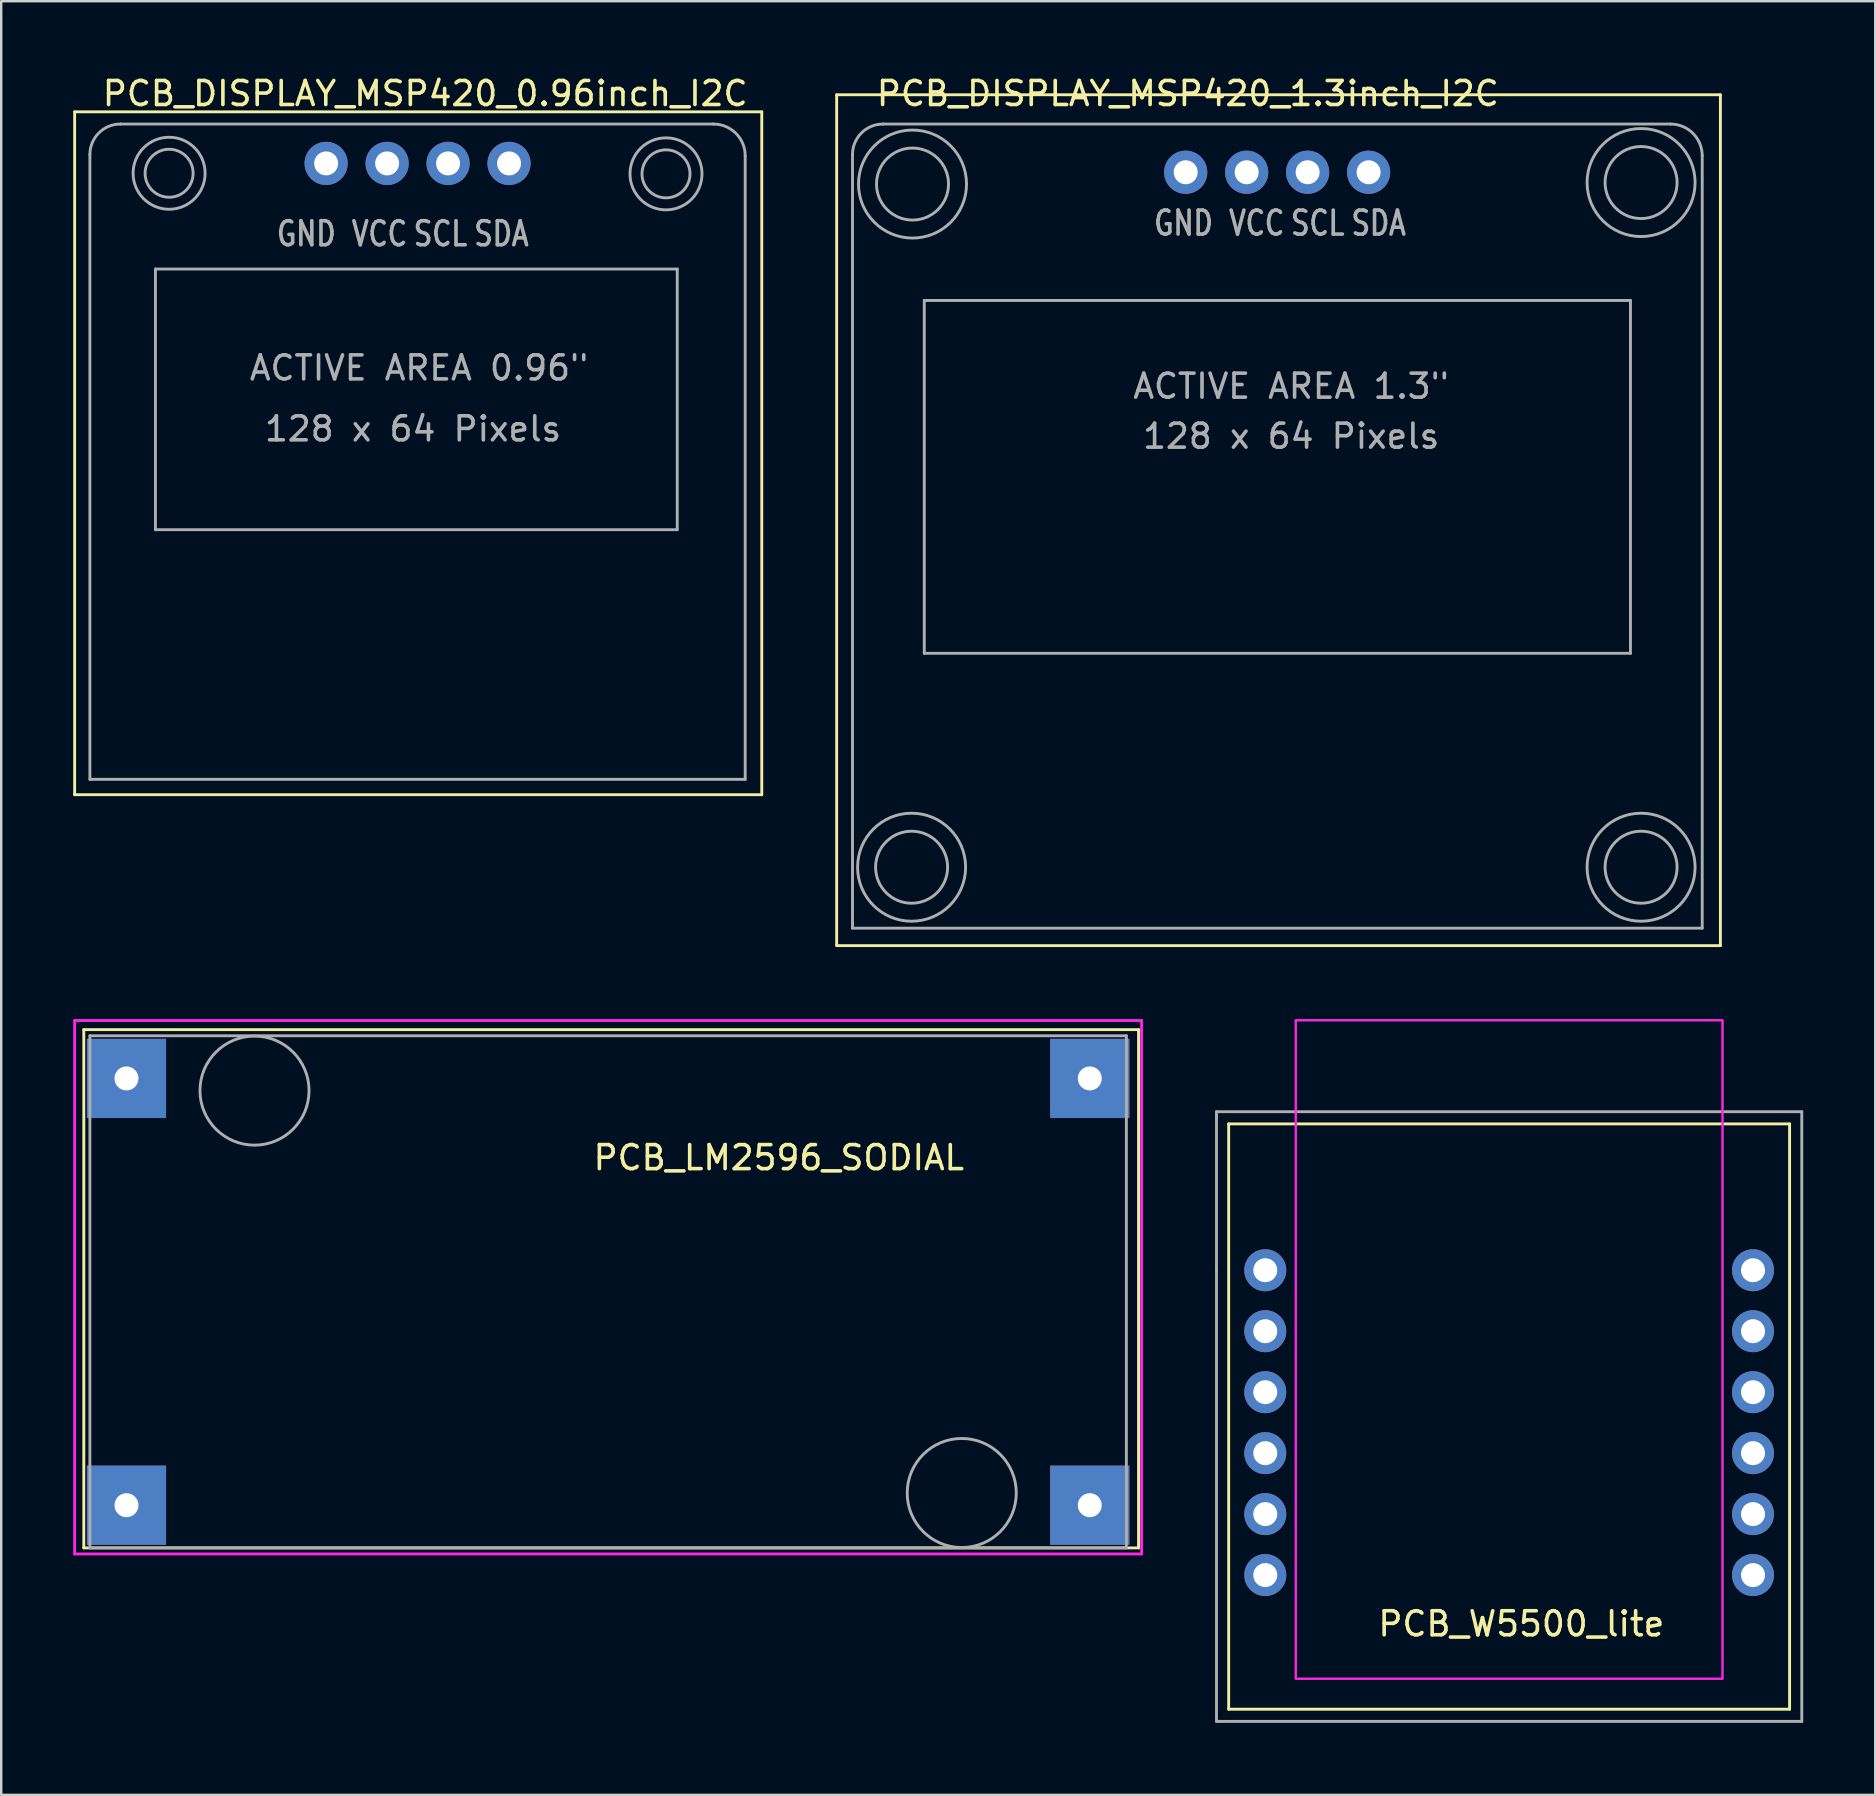
<source format=kicad_pcb>
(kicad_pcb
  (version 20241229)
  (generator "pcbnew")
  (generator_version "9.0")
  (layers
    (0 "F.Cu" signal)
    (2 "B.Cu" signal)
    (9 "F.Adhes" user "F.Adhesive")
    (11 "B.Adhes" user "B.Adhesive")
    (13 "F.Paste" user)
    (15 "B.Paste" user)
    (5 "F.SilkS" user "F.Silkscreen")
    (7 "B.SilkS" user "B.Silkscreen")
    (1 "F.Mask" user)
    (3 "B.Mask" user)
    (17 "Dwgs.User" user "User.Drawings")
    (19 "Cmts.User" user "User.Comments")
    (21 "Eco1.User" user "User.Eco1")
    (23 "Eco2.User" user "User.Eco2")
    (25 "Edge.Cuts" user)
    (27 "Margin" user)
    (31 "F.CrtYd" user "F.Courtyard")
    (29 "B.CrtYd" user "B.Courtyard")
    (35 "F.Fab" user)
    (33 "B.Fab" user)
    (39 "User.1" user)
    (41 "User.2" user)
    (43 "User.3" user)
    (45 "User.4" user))
  (footprint "PCB_LM2596_SODIAL"
    (layer "F.Cu")
    (at 0.695 40.1)
    (property "Reference" "PCB_LM2596_SODIAL" (at 28.702 5.08 0) (layer "F.SilkS") (effects (font (size 1 1) (thickness 0.15))))
    (attr through_hole)
    (fp_line (start -0.254 -0.254) (end 43.688 -0.254) (stroke (width 0.12) (type solid)) (layer "F.SilkS"))
    (fp_line (start -0.254 21.336) (end -0.254 -0.254) (stroke (width 0.12) (type solid)) (layer "F.SilkS"))
    (fp_line (start 43.688 -0.254) (end 43.688 21.336) (stroke (width 0.12) (type solid)) (layer "F.SilkS"))
    (fp_line (start 43.688 21.336) (end -0.254 21.336) (stroke (width 0.12) (type solid)) (layer "F.SilkS"))
    (fp_line (start -0.635 -0.635) (end 43.815 -0.635) (stroke (width 0.12) (type solid)) (layer "F.CrtYd"))
    (fp_line (start -0.635 21.59) (end -0.635 -0.635) (stroke (width 0.12) (type solid)) (layer "F.CrtYd"))
    (fp_line (start 43.815 -0.635) (end 43.815 21.59) (stroke (width 0.12) (type solid)) (layer "F.CrtYd"))
    (fp_line (start 43.815 21.59) (end -0.635 21.59) (stroke (width 0.12) (type solid)) (layer "F.CrtYd"))
    (fp_line (start 0 0) (end 43.18 0) (stroke (width 0.12) (type solid)) (layer "F.Fab"))
    (fp_line (start 0 21.336) (end 0 0) (stroke (width 0.12) (type solid)) (layer "F.Fab"))
    (fp_line (start 43.18 0) (end 43.18 21.336) (stroke (width 0.12) (type solid)) (layer "F.Fab"))
    (fp_line (start 43.18 21.336) (end 0 21.336) (stroke (width 0.12) (type solid)) (layer "F.Fab"))
    (fp_circle (center 6.858 2.286) (end 8.89 3.302) (stroke (width 0.12) (type solid)) (fill no) (layer "F.Fab"))
    (fp_circle (center 36.322 19.05) (end 38.354 20.066) (stroke (width 0.12) (type solid)) (fill no) (layer "F.Fab"))
    (pad "IN+" thru_hole rect (at 1.524 1.778) (size 3.3 3.3) (drill 1) (layers "*.Cu" "*.Mask"))
    (pad "IN-" thru_hole rect (at 1.524 19.558) (size 3.3 3.3) (drill 1) (layers "*.Cu" "*.Mask"))
    (pad "OUT+" thru_hole rect (at 41.656 1.778) (size 3.3 3.3) (drill 1) (layers "*.Cu" "*.Mask"))
    (pad "OUT-" thru_hole rect (at 41.656 19.558) (size 3.3 3.3) (drill 1) (layers "*.Cu" "*.Mask")))
  (footprint "PCB_DISPLAY_MSP420_0.96inch_I2C"
    (layer "F.Cu")
    (at 0.695 2.118)
    (property "Reference" "PCB_DISPLAY_MSP420_0.96inch_I2C" (at 13.97 -1.27 0) (layer "F.SilkS") (effects (font (size 1 1) (thickness 0.15))))
    (attr through_hole)
    (fp_line (start -0.635 -0.508) (end 27.991 -0.508) (stroke (width 0.12) (type solid)) (layer "F.SilkS"))
    (fp_line (start -0.635 27.94) (end -0.635 -0.508) (stroke (width 0.12) (type solid)) (layer "F.SilkS"))
    (fp_line (start 27.991 -0.508) (end 27.991 27.94) (stroke (width 0.12) (type solid)) (layer "F.SilkS"))
    (fp_line (start 27.991 27.94) (end -0.635 27.94) (stroke (width 0.12) (type solid)) (layer "F.SilkS"))
    (fp_line (start 0 1.27) (end 0 27.3) (stroke (width 0.12) (type solid)) (layer "F.Fab"))
    (fp_line (start 0 27.3) (end 27.3 27.3) (stroke (width 0.12) (type solid)) (layer "F.Fab"))
    (fp_line (start 1.27 0) (end 25.979 0) (stroke (width 0.12) (type solid)) (layer "F.Fab"))
    (fp_line (start 2.73 6.04) (end 2.73 16.9) (stroke (width 0.12) (type solid)) (layer "F.Fab"))
    (fp_line (start 2.73 6.04) (end 24.47 6.04) (stroke (width 0.12) (type solid)) (layer "F.Fab"))
    (fp_line (start 2.73 16.9) (end 24.47 16.9) (stroke (width 0.12) (type solid)) (layer "F.Fab"))
    (fp_line (start 24.47 6.04) (end 24.47 16.9) (stroke (width 0.12) (type solid)) (layer "F.Fab"))
    (fp_line (start 27.3 27.3) (end 27.3 1.321) (stroke (width 0.12) (type solid)) (layer "F.Fab"))
    (fp_arc (start 0 1.27) (mid 0.371974 0.371974) (end 1.27 0) (stroke (width 0.12) (type solid)) (layer "F.Fab"))
    (fp_arc (start 25.9792 0) (mid 26.913147 0.386853) (end 27.3 1.3208) (stroke (width 0.12) (type solid)) (layer "F.Fab"))
    (fp_circle (center 3.3 2.05) (end 4.3 2.05) (stroke (width 0.12) (type solid)) (fill no) (layer "F.Fab"))
    (fp_circle (center 3.3 2.05) (end 4.8 2.05) (stroke (width 0.12) (type solid)) (fill no) (layer "F.Fab"))
    (fp_circle (center 24.001 2.075) (end 25.001 2.075) (stroke (width 0.12) (type solid)) (fill no) (layer "F.Fab"))
    (fp_circle (center 24.001 2.075) (end 25.501 2.075) (stroke (width 0.12) (type solid)) (fill no) (layer "F.Fab"))
    (fp_text user "GND" (at 9.017 4.572 0) (layer "F.Fab") (effects (font (size 1 0.8) (thickness 0.15))))
    (fp_text user "VCC" (at 12.065 4.572 0) (layer "F.Fab") (effects (font (size 1 0.8) (thickness 0.15))))
    (fp_text user "SCL" (at 14.605 4.572 0) (layer "F.Fab") (effects (font (size 1 0.8) (thickness 0.15))))
    (fp_text user "128 x 64 Pixels" (at 13.462 12.7 0) (layer "F.Fab") (effects (font (size 1 1) (thickness 0.15))))
    (fp_text user "ACTIVE AREA 0.96\"" (at 13.716 10.16 0) (layer "F.Fab") (effects (font (size 1 1) (thickness 0.15))))
    (fp_text user "SDA" (at 17.145 4.572 0) (layer "F.Fab") (effects (font (size 1 0.8) (thickness 0.15))))
    (pad "1" thru_hole circle (at 9.842 1.64) (size 1.8 1.8) (drill 1) (layers "*.Cu" "*.Mask"))
    (pad "2" thru_hole circle (at 12.383 1.64) (size 1.8 1.8) (drill 1) (layers "*.Cu" "*.Mask"))
    (pad "3" thru_hole circle (at 14.922 1.64) (size 1.8 1.8) (drill 1) (layers "*.Cu" "*.Mask"))
    (pad "4" thru_hole circle (at 17.462 1.64) (size 1.8 1.8) (drill 1) (layers "*.Cu" "*.Mask")))
  (footprint "PCB_DISPLAY_MSP420_1.3inch_I2C"
    (layer "F.Cu")
    (at 32.466 2.118)
    (property "Reference" "PCB_DISPLAY_MSP420_1.3inch_I2C" (at 13.97 -1.27 0) (layer "F.SilkS") (effects (font (size 1 1) (thickness 0.15))))
    (attr through_hole)
    (fp_line (start -0.66 -1.219) (end 36.157 -1.219) (stroke (width 0.12) (type solid)) (layer "F.SilkS"))
    (fp_line (start -0.66 34.227) (end -0.66 -1.219) (stroke (width 0.12) (type solid)) (layer "F.SilkS"))
    (fp_line (start 36.157 -1.219) (end 36.157 34.227) (stroke (width 0.12) (type solid)) (layer "F.SilkS"))
    (fp_line (start 36.157 34.227) (end -0.66 34.227) (stroke (width 0.12) (type solid)) (layer "F.SilkS"))
    (fp_line (start 0 1.27) (end 0 33.5) (stroke (width 0.12) (type solid)) (layer "F.Fab"))
    (fp_line (start 0 33.5) (end 35.4 33.5) (stroke (width 0.12) (type solid)) (layer "F.Fab"))
    (fp_line (start 1.27 0) (end 34.079 0) (stroke (width 0.12) (type solid)) (layer "F.Fab"))
    (fp_line (start 2.99 7.35) (end 2.99 22.05) (stroke (width 0.12) (type solid)) (layer "F.Fab"))
    (fp_line (start 2.99 7.35) (end 32.41 7.35) (stroke (width 0.12) (type solid)) (layer "F.Fab"))
    (fp_line (start 2.99 22.05) (end 32.41 22.05) (stroke (width 0.12) (type solid)) (layer "F.Fab"))
    (fp_line (start 32.41 7.35) (end 32.41 22.05) (stroke (width 0.12) (type solid)) (layer "F.Fab"))
    (fp_line (start 35.4 33.5) (end 35.4 1.321) (stroke (width 0.12) (type solid)) (layer "F.Fab"))
    (fp_arc (start 0 1.27) (mid 0.371974 0.371974) (end 1.27 0) (stroke (width 0.12) (type solid)) (layer "F.Fab"))
    (fp_arc (start 34.0792 0) (mid 35.013147 0.386853) (end 35.4 1.3208) (stroke (width 0.12) (type solid)) (layer "F.Fab"))
    (fp_circle (center 2.462 30.961) (end 3.962 30.961) (stroke (width 0.12) (type solid)) (fill no) (layer "F.Fab"))
    (fp_circle (center 2.462 30.961) (end 4.712 30.961) (stroke (width 0.12) (type solid)) (fill no) (layer "F.Fab"))
    (fp_circle (center 2.5 2.5) (end 4 2.5) (stroke (width 0.12) (type solid)) (fill no) (layer "F.Fab"))
    (fp_circle (center 2.5 2.5) (end 4.75 2.5) (stroke (width 0.12) (type solid)) (fill no) (layer "F.Fab"))
    (fp_circle (center 32.853 2.437) (end 34.353 2.437) (stroke (width 0.12) (type solid)) (fill no) (layer "F.Fab"))
    (fp_circle (center 32.853 2.437) (end 35.103 2.437) (stroke (width 0.12) (type solid)) (fill no) (layer "F.Fab"))
    (fp_circle (center 32.853 30.961) (end 34.353 30.961) (stroke (width 0.12) (type solid)) (fill no) (layer "F.Fab"))
    (fp_circle (center 32.853 30.961) (end 35.103 30.961) (stroke (width 0.12) (type solid)) (fill no) (layer "F.Fab"))
    (fp_text user "ACTIVE AREA 1.3\"" (at 18.275 10.922 0) (layer "F.Fab") (effects (font (size 1 1) (thickness 0.15))))
    (fp_text user "VCC" (at 16.84 4.128 0) (layer "F.Fab") (effects (font (size 1 0.8) (thickness 0.15))))
    (fp_text user "SCL" (at 19.38 4.128 0) (layer "F.Fab") (effects (font (size 1 0.8) (thickness 0.15))))
    (fp_text user "SDA" (at 21.92 4.128 0) (layer "F.Fab") (effects (font (size 1 0.8) (thickness 0.15))))
    (fp_text user "GND" (at 13.792 4.128 0) (layer "F.Fab") (effects (font (size 1 0.8) (thickness 0.15))))
    (fp_text user "128 x 64 Pixels" (at 18.275 13.005 0) (layer "F.Fab") (effects (font (size 1 1) (thickness 0.15))))
    (pad "1" thru_hole circle (at 13.881 2.008) (size 1.8 1.8) (drill 1) (layers "*.Cu" "*.Mask"))
    (pad "2" thru_hole circle (at 16.421 2.008) (size 1.8 1.8) (drill 1) (layers "*.Cu" "*.Mask"))
    (pad "3" thru_hole circle (at 18.961 2.008) (size 1.8 1.8) (drill 1) (layers "*.Cu" "*.Mask"))
    (pad "4" thru_hole circle (at 21.501 2.008) (size 1.8 1.8) (drill 1) (layers "*.Cu" "*.Mask")))
  (footprint "PCB_W5500_lite"
    (layer "F.Cu")
    (at 59.822 42.249)
    (property "Reference" "PCB_W5500_lite" (at 0.508 22.352 0) (layer "F.SilkS") (effects (font (size 1 1) (thickness 0.15))))
    (attr through_hole)
    (fp_line (start -11.684 1.524) (end -11.684 25.908) (stroke (width 0.12) (type solid)) (layer "F.SilkS"))
    (fp_line (start -11.684 25.908) (end 11.684 25.908) (stroke (width 0.12) (type solid)) (layer "F.SilkS"))
    (fp_line (start 11.684 1.524) (end -11.684 1.524) (stroke (width 0.12) (type solid)) (layer "F.SilkS"))
    (fp_line (start 11.684 25.908) (end 11.684 1.524) (stroke (width 0.12) (type solid)) (layer "F.SilkS"))
    (fp_poly (pts (xy 8.89 24.638) (xy -8.89 24.638) (xy -8.89 -2.794) (xy 8.89 -2.794)) (stroke (width 0.1) (type solid)) (fill no) (layer "F.CrtYd"))
    (fp_line (start -12.192 1.016) (end 12.192 1.016) (stroke (width 0.12) (type solid)) (layer "F.Fab"))
    (fp_line (start -12.192 7.62) (end -12.192 1.016) (stroke (width 0.12) (type solid)) (layer "F.Fab"))
    (fp_line (start -12.192 26.416) (end -12.192 7.62) (stroke (width 0.12) (type solid)) (layer "F.Fab"))
    (fp_line (start 12.192 1.016) (end 12.192 26.416) (stroke (width 0.12) (type solid)) (layer "F.Fab"))
    (fp_line (start 12.192 26.416) (end -12.192 26.416) (stroke (width 0.12) (type solid)) (layer "F.Fab"))
    (pad "1" thru_hole circle (at -10.16 7.62) (size 1.75 1.75) (drill 1) (layers "*.Cu" "*.Mask"))
    (pad "2" thru_hole circle (at -10.16 10.16) (size 1.75 1.75) (drill 1) (layers "*.Cu" "*.Mask"))
    (pad "3" thru_hole circle (at -10.16 12.7) (size 1.75 1.75) (drill 1) (layers "*.Cu" "*.Mask"))
    (pad "4" thru_hole circle (at -10.16 15.24) (size 1.75 1.75) (drill 1) (layers "*.Cu" "*.Mask"))
    (pad "5" thru_hole circle (at -10.16 17.78) (size 1.75 1.75) (drill 1) (layers "*.Cu" "*.Mask"))
    (pad "6" thru_hole circle (at -10.16 20.32) (size 1.75 1.75) (drill 1) (layers "*.Cu" "*.Mask"))
    (pad "7" thru_hole circle (at 10.16 20.32) (size 1.75 1.75) (drill 1) (layers "*.Cu" "*.Mask"))
    (pad "8" thru_hole circle (at 10.16 17.78) (size 1.75 1.75) (drill 1) (layers "*.Cu" "*.Mask"))
    (pad "9" thru_hole circle (at 10.16 15.24) (size 1.75 1.75) (drill 1) (layers "*.Cu" "*.Mask"))
    (pad "10" thru_hole circle (at 10.16 12.7) (size 1.75 1.75) (drill 1) (layers "*.Cu" "*.Mask"))
    (pad "11" thru_hole circle (at 10.16 10.16) (size 1.75 1.75) (drill 1) (layers "*.Cu" "*.Mask"))
    (pad "12" thru_hole circle (at 10.16 7.62) (size 1.75 1.75) (drill 1) (layers "*.Cu" "*.Mask")))
  (gr_rect
    (start -3 -3)
    (end 75.074 71.725)
    (stroke (width 0.1) (type default))
    (fill no)
    (layer "Edge.Cuts")))
</source>
